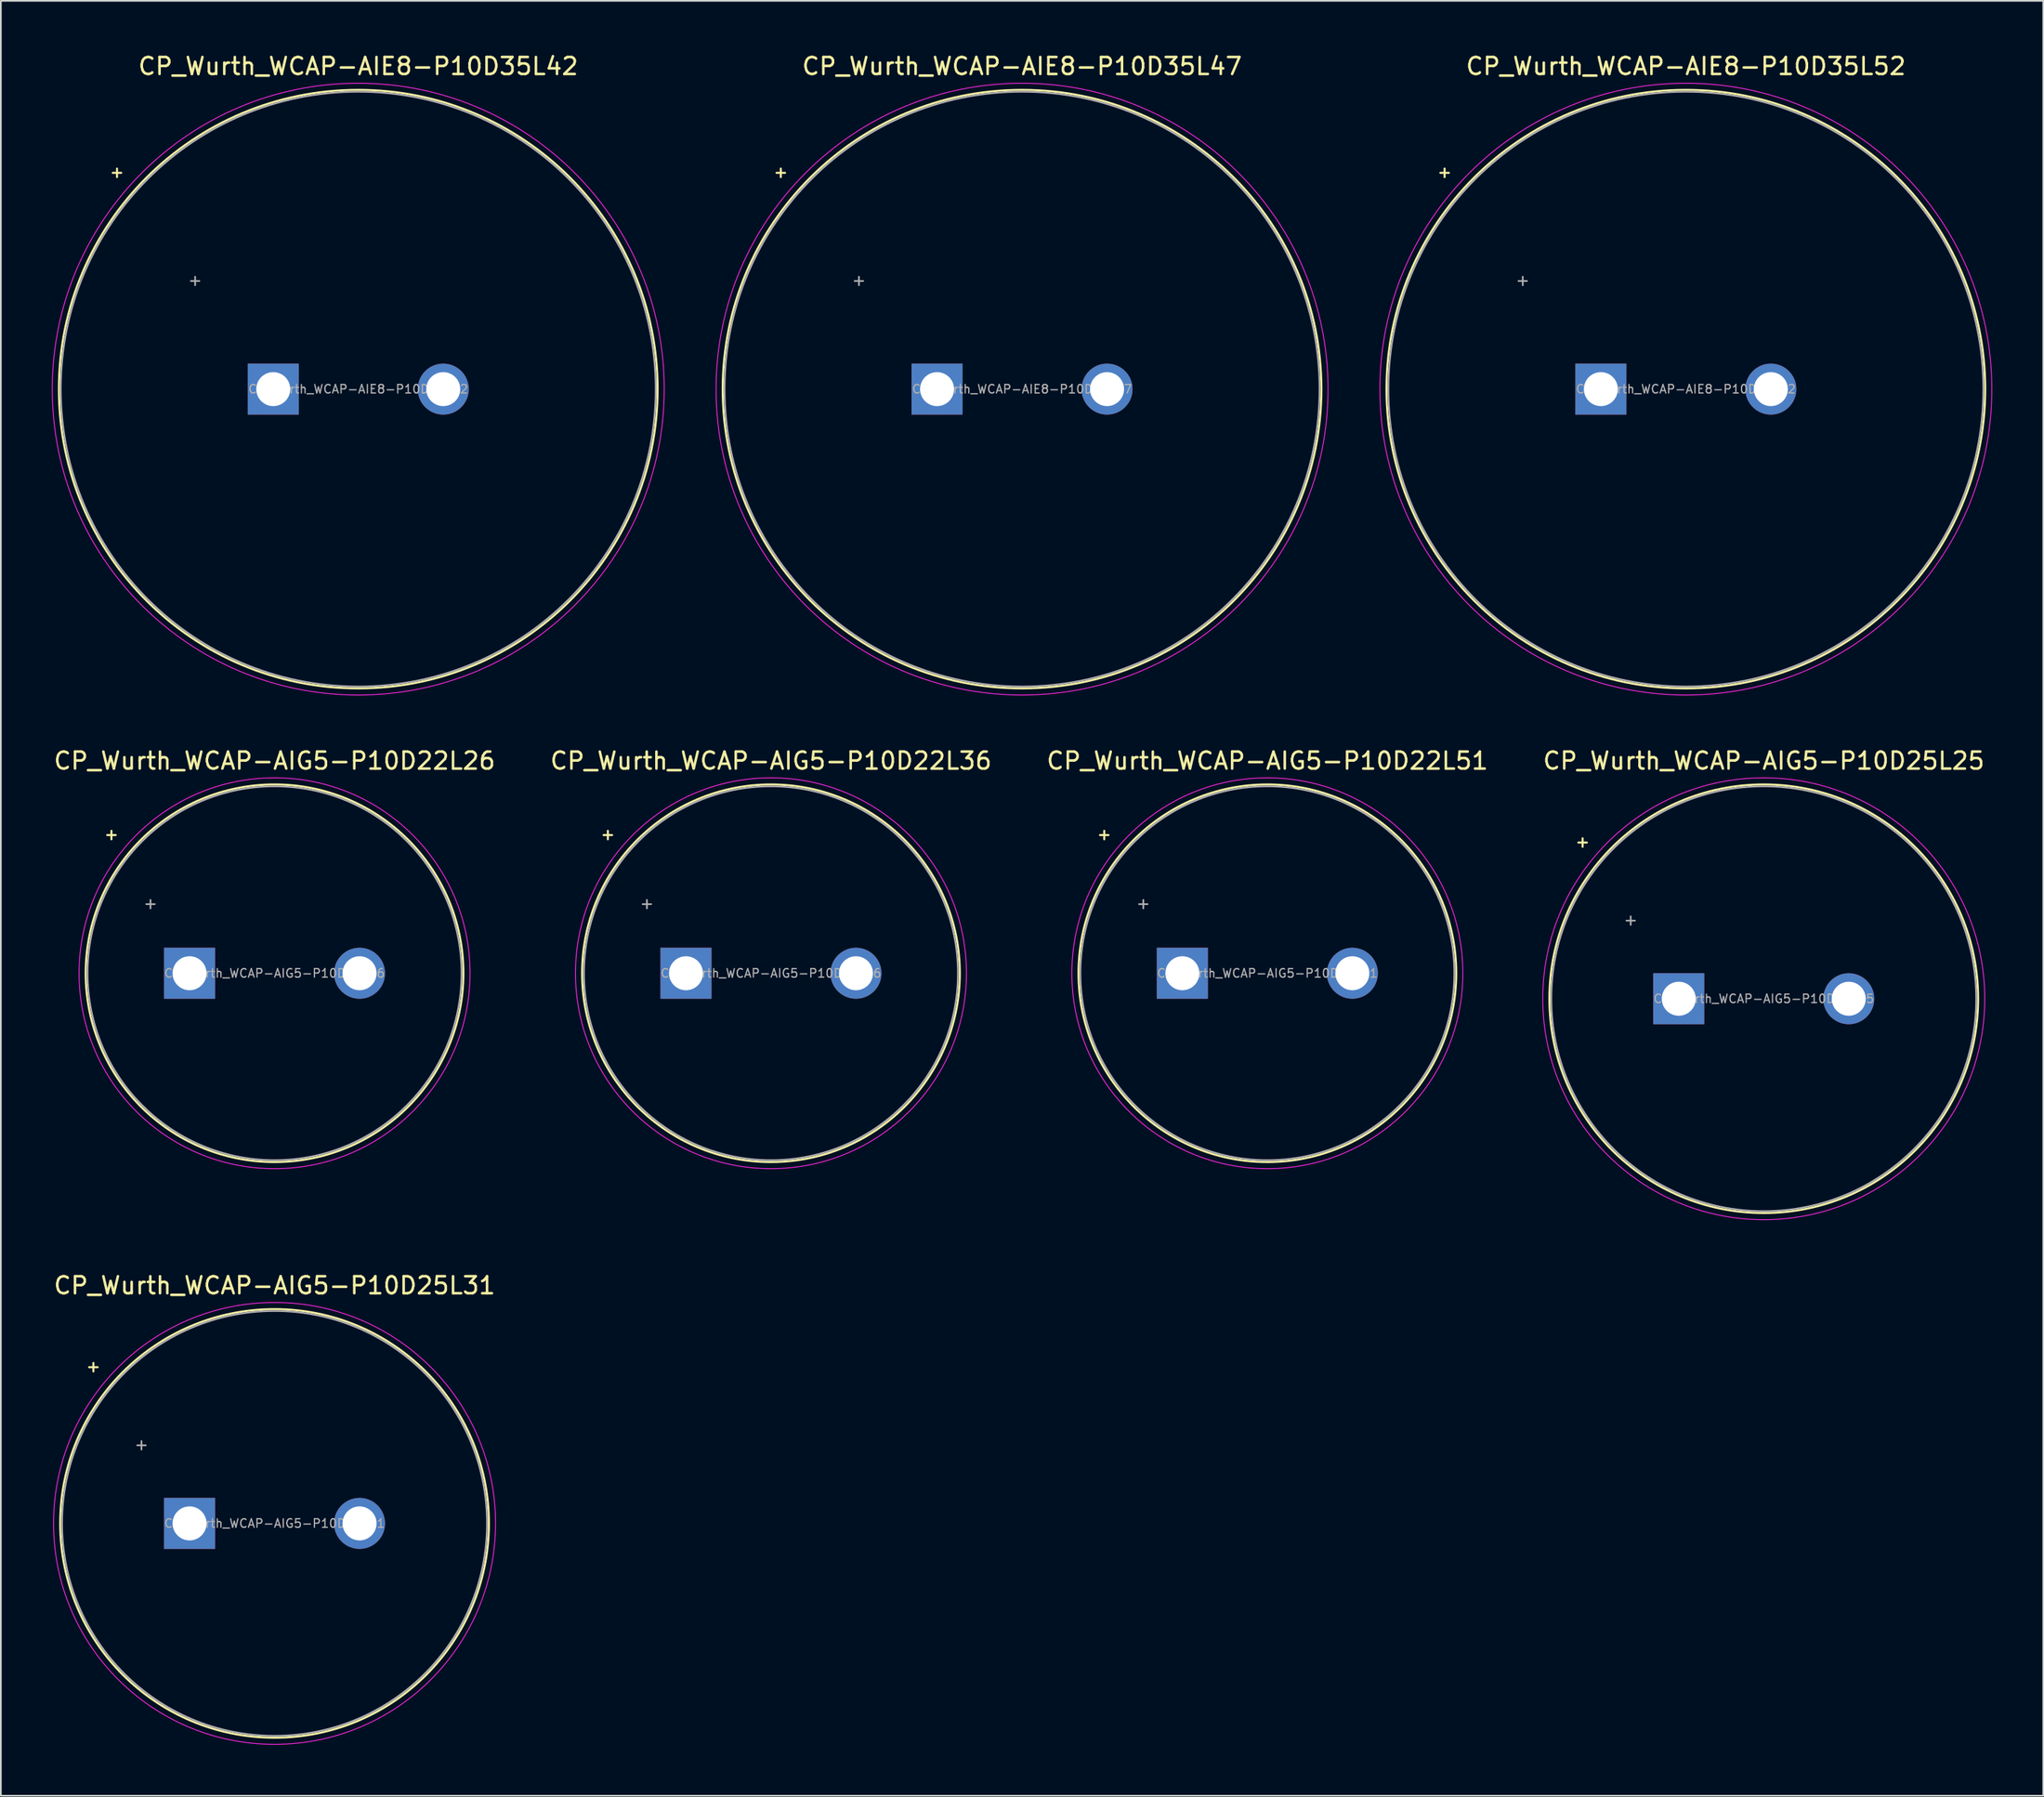
<source format=kicad_pcb>
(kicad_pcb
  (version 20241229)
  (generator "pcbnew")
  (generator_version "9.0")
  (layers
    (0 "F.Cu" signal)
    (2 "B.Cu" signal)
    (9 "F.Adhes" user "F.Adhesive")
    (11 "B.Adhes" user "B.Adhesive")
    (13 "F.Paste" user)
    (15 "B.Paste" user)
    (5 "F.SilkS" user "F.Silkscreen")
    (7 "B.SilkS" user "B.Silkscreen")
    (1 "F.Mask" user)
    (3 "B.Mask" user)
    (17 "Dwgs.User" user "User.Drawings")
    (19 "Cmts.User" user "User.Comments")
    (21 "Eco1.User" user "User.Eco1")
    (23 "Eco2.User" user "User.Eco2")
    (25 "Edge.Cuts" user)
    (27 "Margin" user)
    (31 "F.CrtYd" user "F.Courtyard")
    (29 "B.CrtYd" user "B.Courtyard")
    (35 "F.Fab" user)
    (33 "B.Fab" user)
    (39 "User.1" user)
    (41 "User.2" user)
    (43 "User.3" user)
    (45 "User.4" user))
  (footprint "CP_Wurth_WCAP-AIG5-P10D25L25"
    (layer "F.Cu")
    (at 95.708 55.721)
    (property "Reference" "CP_Wurth_WCAP-AIG5-P10D25L25" (at 5 -14 0) (unlocked yes) (layer "F.SilkS") (effects (font (size 1 1) (thickness 0.15))))
    (attr through_hole)
    (fp_line (start -5.907 -9.192) (end -5.407 -9.192) (stroke (width 0.12) (type solid)) (layer "F.SilkS"))
    (fp_line (start -5.657 -8.942) (end -5.657 -9.442) (stroke (width 0.12) (type solid)) (layer "F.SilkS"))
    (fp_circle (center 5 0) (end 17.61 0) (stroke (width 0.12) (type solid)) (fill no) (layer "F.SilkS"))
    (fp_circle (center 5 0) (end 18 0) (stroke (width 0.05) (type solid)) (fill no) (layer "F.CrtYd"))
    (fp_line (start -3.078 -4.596) (end -2.578 -4.596) (stroke (width 0.1) (type default)) (layer "F.Fab"))
    (fp_line (start -2.828 -4.346) (end -2.828 -4.846) (stroke (width 0.1) (type default)) (layer "F.Fab"))
    (fp_circle (center 5 0) (end 17.5 0) (stroke (width 0.1) (type solid)) (fill no) (layer "F.Fab"))
    (fp_text user "${REFERENCE}" (at 5 0 0) (unlocked yes) (layer "F.Fab") (effects (font (size 0.5 0.5) (thickness 0.075))))
    (pad "1" thru_hole rect (at 0 0) (size 3 3) (drill 2) (layers "*.Cu" "*.Mask"))
    (pad "2" thru_hole circle (at 10 0) (size 3 3) (drill 2) (layers "*.Cu" "*.Mask")))
  (footprint "CP_Wurth_WCAP-AIE8-P10D35L52"
    (layer "F.Cu")
    (at 91.125 19.848)
    (property "Reference" "CP_Wurth_WCAP-AIE8-P10D35L52" (at 5 -19 0) (unlocked yes) (layer "F.SilkS") (effects (font (size 1 1) (thickness 0.15))))
    (attr through_hole)
    (fp_line (start -9.442 -12.728) (end -8.942 -12.728) (stroke (width 0.12) (type solid)) (layer "F.SilkS"))
    (fp_line (start -9.192 -12.478) (end -9.192 -12.978) (stroke (width 0.12) (type solid)) (layer "F.SilkS"))
    (fp_circle (center 5 0) (end 22.61 0) (stroke (width 0.12) (type solid)) (fill no) (layer "F.SilkS"))
    (fp_circle (center 5 0) (end 23 0) (stroke (width 0.05) (type solid)) (fill no) (layer "F.CrtYd"))
    (fp_line (start -4.846 -6.364) (end -4.346 -6.364) (stroke (width 0.1) (type default)) (layer "F.Fab"))
    (fp_line (start -4.596 -6.114) (end -4.596 -6.614) (stroke (width 0.1) (type default)) (layer "F.Fab"))
    (fp_circle (center 5 0) (end 22.5 0) (stroke (width 0.1) (type solid)) (fill no) (layer "F.Fab"))
    (fp_text user "${REFERENCE}" (at 5 0 0) (unlocked yes) (layer "F.Fab") (effects (font (size 0.5 0.5) (thickness 0.075))))
    (pad "1" thru_hole rect (at 0 0) (size 3 3) (drill 2) (layers "*.Cu" "*.Mask"))
    (pad "2" thru_hole circle (at 10 0) (size 3 3) (drill 2) (layers "*.Cu" "*.Mask")))
  (footprint "CP_Wurth_WCAP-AIE8-P10D35L47"
    (layer "F.Cu")
    (at 52.075 19.848)
    (property "Reference" "CP_Wurth_WCAP-AIE8-P10D35L47" (at 5 -19 0) (unlocked yes) (layer "F.SilkS") (effects (font (size 1 1) (thickness 0.15))))
    (attr through_hole)
    (fp_line (start -9.442 -12.728) (end -8.942 -12.728) (stroke (width 0.12) (type solid)) (layer "F.SilkS"))
    (fp_line (start -9.192 -12.478) (end -9.192 -12.978) (stroke (width 0.12) (type solid)) (layer "F.SilkS"))
    (fp_circle (center 5 0) (end 22.61 0) (stroke (width 0.12) (type solid)) (fill no) (layer "F.SilkS"))
    (fp_circle (center 5 0) (end 23 0) (stroke (width 0.05) (type solid)) (fill no) (layer "F.CrtYd"))
    (fp_line (start -4.846 -6.364) (end -4.346 -6.364) (stroke (width 0.1) (type default)) (layer "F.Fab"))
    (fp_line (start -4.596 -6.114) (end -4.596 -6.614) (stroke (width 0.1) (type default)) (layer "F.Fab"))
    (fp_circle (center 5 0) (end 22.5 0) (stroke (width 0.1) (type solid)) (fill no) (layer "F.Fab"))
    (fp_text user "${REFERENCE}" (at 5 0 0) (unlocked yes) (layer "F.Fab") (effects (font (size 0.5 0.5) (thickness 0.075))))
    (pad "1" thru_hole rect (at 0 0) (size 3 3) (drill 2) (layers "*.Cu" "*.Mask"))
    (pad "2" thru_hole circle (at 10 0) (size 3 3) (drill 2) (layers "*.Cu" "*.Mask")))
  (footprint "CP_Wurth_WCAP-AIG5-P10D22L36"
    (layer "F.Cu")
    (at 37.304 54.221)
    (property "Reference" "CP_Wurth_WCAP-AIG5-P10D22L36" (at 5 -12.5 0) (unlocked yes) (layer "F.SilkS") (effects (font (size 1 1) (thickness 0.15))))
    (attr through_hole)
    (fp_line (start -4.846 -8.132) (end -4.346 -8.132) (stroke (width 0.12) (type solid)) (layer "F.SilkS"))
    (fp_line (start -4.596 -7.882) (end -4.596 -8.382) (stroke (width 0.12) (type solid)) (layer "F.SilkS"))
    (fp_circle (center 5 0) (end 16.11 0) (stroke (width 0.12) (type solid)) (fill no) (layer "F.SilkS"))
    (fp_circle (center 5 0) (end 16.5 0) (stroke (width 0.05) (type solid)) (fill no) (layer "F.CrtYd"))
    (fp_line (start -2.548 -4.066) (end -2.048 -4.066) (stroke (width 0.1) (type default)) (layer "F.Fab"))
    (fp_line (start -2.298 -3.816) (end -2.298 -4.316) (stroke (width 0.1) (type default)) (layer "F.Fab"))
    (fp_circle (center 5 0) (end 16 0) (stroke (width 0.1) (type solid)) (fill no) (layer "F.Fab"))
    (fp_text user "${REFERENCE}" (at 5 0 0) (unlocked yes) (layer "F.Fab") (effects (font (size 0.5 0.5) (thickness 0.075))))
    (pad "1" thru_hole rect (at 0 0) (size 3 3) (drill 2) (layers "*.Cu" "*.Mask"))
    (pad "2" thru_hole circle (at 10 0) (size 3 3) (drill 2) (layers "*.Cu" "*.Mask")))
  (footprint "CP_Wurth_WCAP-AIG5-P10D22L26"
    (layer "F.Cu")
    (at 8.101 54.221)
    (property "Reference" "CP_Wurth_WCAP-AIG5-P10D22L26" (at 5 -12.5 0) (unlocked yes) (layer "F.SilkS") (effects (font (size 1 1) (thickness 0.15))))
    (attr through_hole)
    (fp_line (start -4.846 -8.132) (end -4.346 -8.132) (stroke (width 0.12) (type solid)) (layer "F.SilkS"))
    (fp_line (start -4.596 -7.882) (end -4.596 -8.382) (stroke (width 0.12) (type solid)) (layer "F.SilkS"))
    (fp_circle (center 5 0) (end 16.11 0) (stroke (width 0.12) (type solid)) (fill no) (layer "F.SilkS"))
    (fp_circle (center 5 0) (end 16.5 0) (stroke (width 0.05) (type solid)) (fill no) (layer "F.CrtYd"))
    (fp_line (start -2.548 -4.066) (end -2.048 -4.066) (stroke (width 0.1) (type default)) (layer "F.Fab"))
    (fp_line (start -2.298 -3.816) (end -2.298 -4.316) (stroke (width 0.1) (type default)) (layer "F.Fab"))
    (fp_circle (center 5 0) (end 16 0) (stroke (width 0.1) (type solid)) (fill no) (layer "F.Fab"))
    (fp_text user "${REFERENCE}" (at 5 0 0) (unlocked yes) (layer "F.Fab") (effects (font (size 0.5 0.5) (thickness 0.075))))
    (pad "1" thru_hole rect (at 0 0) (size 3 3) (drill 2) (layers "*.Cu" "*.Mask"))
    (pad "2" thru_hole circle (at 10 0) (size 3 3) (drill 2) (layers "*.Cu" "*.Mask")))
  (footprint "CP_Wurth_WCAP-AIG5-P10D25L31"
    (layer "F.Cu")
    (at 8.101 86.595)
    (property "Reference" "CP_Wurth_WCAP-AIG5-P10D25L31" (at 5 -14 0) (unlocked yes) (layer "F.SilkS") (effects (font (size 1 1) (thickness 0.15))))
    (attr through_hole)
    (fp_line (start -5.907 -9.192) (end -5.407 -9.192) (stroke (width 0.12) (type solid)) (layer "F.SilkS"))
    (fp_line (start -5.657 -8.942) (end -5.657 -9.442) (stroke (width 0.12) (type solid)) (layer "F.SilkS"))
    (fp_circle (center 5 0) (end 17.61 0) (stroke (width 0.12) (type solid)) (fill no) (layer "F.SilkS"))
    (fp_circle (center 5 0) (end 18 0) (stroke (width 0.05) (type solid)) (fill no) (layer "F.CrtYd"))
    (fp_line (start -3.078 -4.596) (end -2.578 -4.596) (stroke (width 0.1) (type default)) (layer "F.Fab"))
    (fp_line (start -2.828 -4.346) (end -2.828 -4.846) (stroke (width 0.1) (type default)) (layer "F.Fab"))
    (fp_circle (center 5 0) (end 17.5 0) (stroke (width 0.1) (type solid)) (fill no) (layer "F.Fab"))
    (fp_text user "${REFERENCE}" (at 5 0 0) (unlocked yes) (layer "F.Fab") (effects (font (size 0.5 0.5) (thickness 0.075))))
    (pad "1" thru_hole rect (at 0 0) (size 3 3) (drill 2) (layers "*.Cu" "*.Mask"))
    (pad "2" thru_hole circle (at 10 0) (size 3 3) (drill 2) (layers "*.Cu" "*.Mask")))
  (footprint "CP_Wurth_WCAP-AIG5-P10D22L51"
    (layer "F.Cu")
    (at 66.506 54.221)
    (property "Reference" "CP_Wurth_WCAP-AIG5-P10D22L51" (at 5 -12.5 0) (unlocked yes) (layer "F.SilkS") (effects (font (size 1 1) (thickness 0.15))))
    (attr through_hole)
    (fp_line (start -4.846 -8.132) (end -4.346 -8.132) (stroke (width 0.12) (type solid)) (layer "F.SilkS"))
    (fp_line (start -4.596 -7.882) (end -4.596 -8.382) (stroke (width 0.12) (type solid)) (layer "F.SilkS"))
    (fp_circle (center 5 0) (end 16.11 0) (stroke (width 0.12) (type solid)) (fill no) (layer "F.SilkS"))
    (fp_circle (center 5 0) (end 16.5 0) (stroke (width 0.05) (type solid)) (fill no) (layer "F.CrtYd"))
    (fp_line (start -2.548 -4.066) (end -2.048 -4.066) (stroke (width 0.1) (type default)) (layer "F.Fab"))
    (fp_line (start -2.298 -3.816) (end -2.298 -4.316) (stroke (width 0.1) (type default)) (layer "F.Fab"))
    (fp_circle (center 5 0) (end 16 0) (stroke (width 0.1) (type solid)) (fill no) (layer "F.Fab"))
    (fp_text user "${REFERENCE}" (at 5 0 0) (unlocked yes) (layer "F.Fab") (effects (font (size 0.5 0.5) (thickness 0.075))))
    (pad "1" thru_hole rect (at 0 0) (size 3 3) (drill 2) (layers "*.Cu" "*.Mask"))
    (pad "2" thru_hole circle (at 10 0) (size 3 3) (drill 2) (layers "*.Cu" "*.Mask")))
  (footprint "CP_Wurth_WCAP-AIE8-P10D35L42"
    (layer "F.Cu")
    (at 13.025 19.848)
    (property "Reference" "CP_Wurth_WCAP-AIE8-P10D35L42" (at 5 -19 0) (unlocked yes) (layer "F.SilkS") (effects (font (size 1 1) (thickness 0.15))))
    (attr through_hole)
    (fp_line (start -9.442 -12.728) (end -8.942 -12.728) (stroke (width 0.12) (type solid)) (layer "F.SilkS"))
    (fp_line (start -9.192 -12.478) (end -9.192 -12.978) (stroke (width 0.12) (type solid)) (layer "F.SilkS"))
    (fp_circle (center 5 0) (end 22.61 0) (stroke (width 0.12) (type solid)) (fill no) (layer "F.SilkS"))
    (fp_circle (center 5 0) (end 23 0) (stroke (width 0.05) (type solid)) (fill no) (layer "F.CrtYd"))
    (fp_line (start -4.846 -6.364) (end -4.346 -6.364) (stroke (width 0.1) (type default)) (layer "F.Fab"))
    (fp_line (start -4.596 -6.114) (end -4.596 -6.614) (stroke (width 0.1) (type default)) (layer "F.Fab"))
    (fp_circle (center 5 0) (end 22.5 0) (stroke (width 0.1) (type solid)) (fill no) (layer "F.Fab"))
    (fp_text user "${REFERENCE}" (at 5 0 0) (unlocked yes) (layer "F.Fab") (effects (font (size 0.5 0.5) (thickness 0.075))))
    (pad "1" thru_hole rect (at 0 0) (size 3 3) (drill 2) (layers "*.Cu" "*.Mask"))
    (pad "2" thru_hole circle (at 10 0) (size 3 3) (drill 2) (layers "*.Cu" "*.Mask")))
  (gr_rect
    (start -3 -3)
    (end 117.15 102.62)
    (stroke (width 0.1) (type default))
    (fill no)
    (layer "Edge.Cuts")))
</source>
